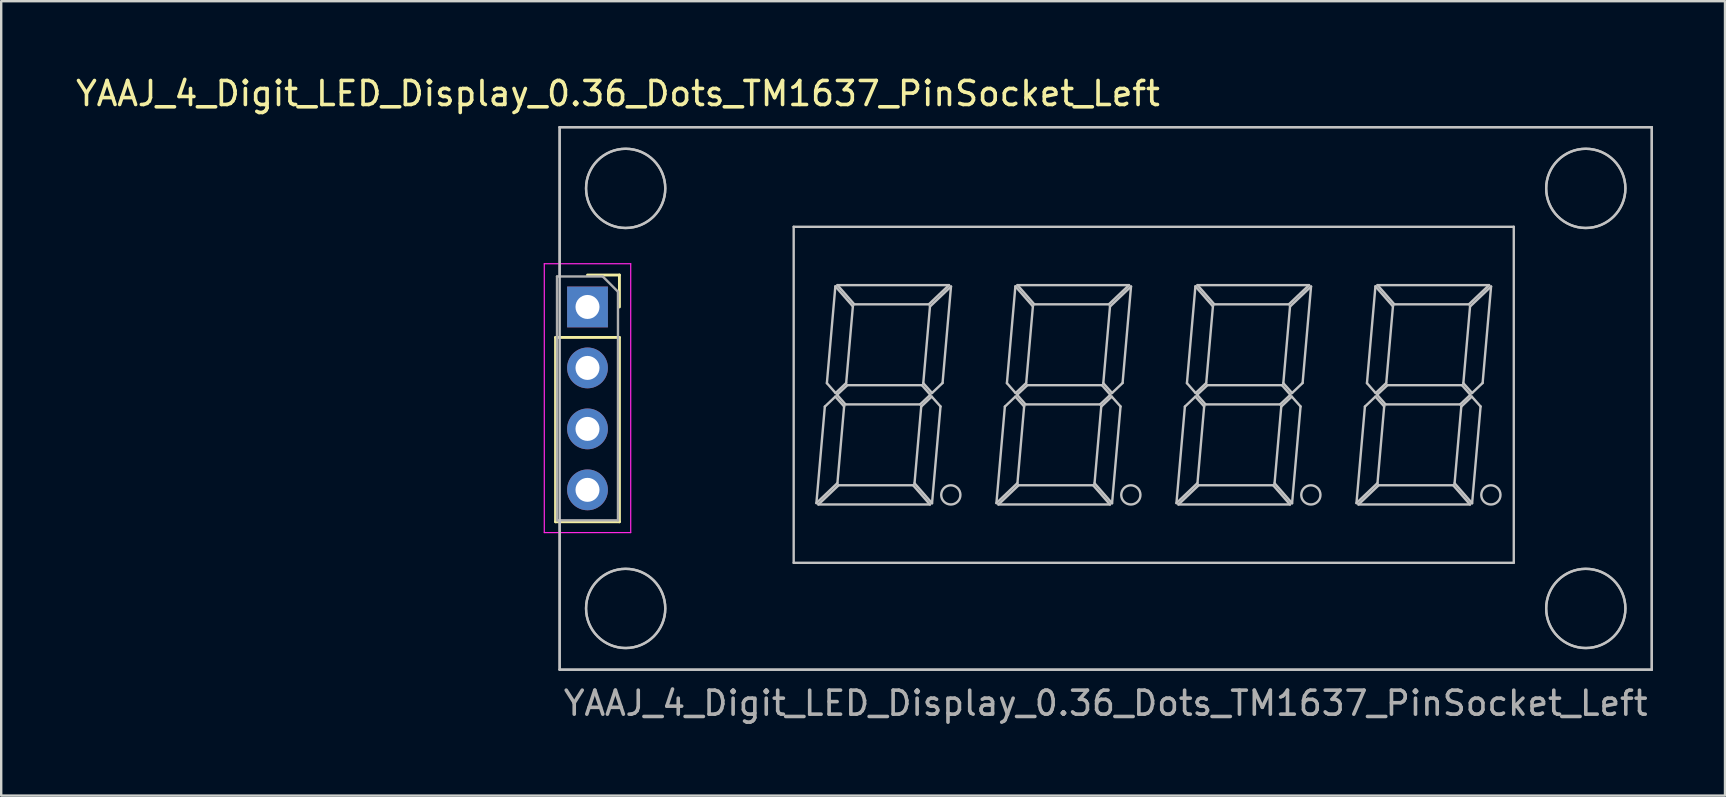
<source format=kicad_pcb>
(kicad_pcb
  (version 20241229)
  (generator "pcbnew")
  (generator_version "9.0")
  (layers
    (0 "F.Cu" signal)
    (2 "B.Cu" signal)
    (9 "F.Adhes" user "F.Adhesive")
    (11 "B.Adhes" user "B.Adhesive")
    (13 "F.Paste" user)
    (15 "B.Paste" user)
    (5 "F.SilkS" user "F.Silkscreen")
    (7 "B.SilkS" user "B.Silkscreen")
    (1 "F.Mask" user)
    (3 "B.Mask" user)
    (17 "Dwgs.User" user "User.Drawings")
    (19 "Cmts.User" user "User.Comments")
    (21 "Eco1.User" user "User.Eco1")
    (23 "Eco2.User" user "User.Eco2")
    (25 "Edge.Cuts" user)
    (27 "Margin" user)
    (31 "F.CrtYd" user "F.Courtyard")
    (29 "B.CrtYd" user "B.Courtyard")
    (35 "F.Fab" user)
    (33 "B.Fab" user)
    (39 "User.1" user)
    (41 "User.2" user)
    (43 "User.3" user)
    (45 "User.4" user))
  (footprint "YAAJ_4_Digit_LED_Display_0.36_Dots_TM1637_PinSocket_Left"
    (layer "F.Cu")
    (at 21.426 9.738)
    (property "Reference" "YAAJ_4_Digit_LED_Display_0.36_Dots_TM1637_PinSocket_Left" (at 1.27 -8.89 180) (layer "F.SilkS") (effects (font (size 1 1) (thickness 0.15))))
    (attr through_hole)
    (fp_line (start -1.33 1.27) (end -1.33 8.95) (stroke (width 0.12) (type solid)) (layer "F.SilkS"))
    (fp_line (start -1.33 1.27) (end 1.33 1.27) (stroke (width 0.12) (type solid)) (layer "F.SilkS"))
    (fp_line (start -1.33 8.95) (end 1.33 8.95) (stroke (width 0.12) (type solid)) (layer "F.SilkS"))
    (fp_line (start 0 -1.33) (end 1.33 -1.33) (stroke (width 0.12) (type solid)) (layer "F.SilkS"))
    (fp_line (start 1.33 -1.33) (end 1.33 0) (stroke (width 0.12) (type solid)) (layer "F.SilkS"))
    (fp_line (start 1.33 1.27) (end 1.33 8.95) (stroke (width 0.12) (type solid)) (layer "F.SilkS"))
    (fp_line (start -1.16 -7.49) (end -1.16 15.11) (stroke (width 0.1) (type solid)) (layer "Dwgs.User"))
    (fp_line (start -1.16 15.11) (end 44.34 15.11) (stroke (width 0.1) (type solid)) (layer "Dwgs.User"))
    (fp_line (start 8.59 -3.34) (end 8.59 10.66) (stroke (width 0.1) (type solid)) (layer "Dwgs.User"))
    (fp_line (start 8.59 10.66) (end 38.59 10.66) (stroke (width 0.1) (type solid)) (layer "Dwgs.User"))
    (fp_line (start 9.536 8.172) (end 10.412 7.338) (stroke (width 0.1) (type solid)) (layer "Dwgs.User"))
    (fp_line (start 9.62 8.23) (end 14.267 8.23) (stroke (width 0.1) (type solid)) (layer "Dwgs.User"))
    (fp_line (start 9.888 4.152) (end 9.536 8.172) (stroke (width 0.1) (type solid)) (layer "Dwgs.User"))
    (fp_line (start 9.973 3.174) (end 10.336 3.588) (stroke (width 0.1) (type solid)) (layer "Dwgs.User"))
    (fp_line (start 10.326 3.735) (end 9.888 4.152) (stroke (width 0.1) (type solid)) (layer "Dwgs.User"))
    (fp_line (start 10.326 -0.858) (end 9.973 3.174) (stroke (width 0.1) (type solid)) (layer "Dwgs.User"))
    (fp_line (start 10.336 3.588) (end 10.777 3.168) (stroke (width 0.1) (type solid)) (layer "Dwgs.User"))
    (fp_line (start 10.399 3.66) (end 10.749 4.06) (stroke (width 0.1) (type solid)) (layer "Dwgs.User"))
    (fp_line (start 10.412 7.338) (end 10.691 4.146) (stroke (width 0.1) (type solid)) (layer "Dwgs.User"))
    (fp_line (start 10.413 -0.91) (end 11.114 -0.11) (stroke (width 0.1) (type solid)) (layer "Dwgs.User"))
    (fp_line (start 10.46 7.43) (end 9.62 8.23) (stroke (width 0.1) (type solid)) (layer "Dwgs.User"))
    (fp_line (start 10.691 4.146) (end 10.326 3.735) (stroke (width 0.1) (type solid)) (layer "Dwgs.User"))
    (fp_line (start 10.749 4.06) (end 13.855 4.06) (stroke (width 0.1) (type solid)) (layer "Dwgs.User"))
    (fp_line (start 10.777 3.168) (end 11.056 -0.024) (stroke (width 0.1) (type solid)) (layer "Dwgs.User"))
    (fp_line (start 10.825 3.26) (end 10.399 3.66) (stroke (width 0.1) (type solid)) (layer "Dwgs.User"))
    (fp_line (start 11.056 -0.024) (end 10.326 -0.858) (stroke (width 0.1) (type solid)) (layer "Dwgs.User"))
    (fp_line (start 11.114 -0.11) (end 14.22 -0.11) (stroke (width 0.1) (type solid)) (layer "Dwgs.User"))
    (fp_line (start 13.566 7.43) (end 10.46 7.43) (stroke (width 0.1) (type solid)) (layer "Dwgs.User"))
    (fp_line (start 13.624 7.344) (end 14.354 8.178) (stroke (width 0.1) (type solid)) (layer "Dwgs.User"))
    (fp_line (start 13.855 4.06) (end 14.281 3.66) (stroke (width 0.1) (type solid)) (layer "Dwgs.User"))
    (fp_line (start 13.903 4.152) (end 13.624 7.344) (stroke (width 0.1) (type solid)) (layer "Dwgs.User"))
    (fp_line (start 13.931 3.26) (end 10.825 3.26) (stroke (width 0.1) (type solid)) (layer "Dwgs.User"))
    (fp_line (start 13.989 3.174) (end 14.354 3.585) (stroke (width 0.1) (type solid)) (layer "Dwgs.User"))
    (fp_line (start 14.22 -0.11) (end 15.06 -0.91) (stroke (width 0.1) (type solid)) (layer "Dwgs.User"))
    (fp_line (start 14.267 8.23) (end 13.566 7.43) (stroke (width 0.1) (type solid)) (layer "Dwgs.User"))
    (fp_line (start 14.268 -0.018) (end 13.989 3.174) (stroke (width 0.1) (type solid)) (layer "Dwgs.User"))
    (fp_line (start 14.281 3.66) (end 13.931 3.26) (stroke (width 0.1) (type solid)) (layer "Dwgs.User"))
    (fp_line (start 14.341 3.735) (end 13.903 4.152) (stroke (width 0.1) (type solid)) (layer "Dwgs.User"))
    (fp_line (start 14.354 8.178) (end 14.707 4.146) (stroke (width 0.1) (type solid)) (layer "Dwgs.User"))
    (fp_line (start 14.354 3.585) (end 14.792 3.168) (stroke (width 0.1) (type solid)) (layer "Dwgs.User"))
    (fp_line (start 14.707 4.146) (end 14.341 3.735) (stroke (width 0.1) (type solid)) (layer "Dwgs.User"))
    (fp_line (start 14.792 3.168) (end 15.144 -0.852) (stroke (width 0.1) (type solid)) (layer "Dwgs.User"))
    (fp_line (start 15.06 -0.91) (end 10.413 -0.91) (stroke (width 0.1) (type solid)) (layer "Dwgs.User"))
    (fp_line (start 15.144 -0.852) (end 14.268 -0.018) (stroke (width 0.1) (type solid)) (layer "Dwgs.User"))
    (fp_line (start 17.036 8.172) (end 17.912 7.338) (stroke (width 0.1) (type solid)) (layer "Dwgs.User"))
    (fp_line (start 17.12 8.23) (end 21.767 8.23) (stroke (width 0.1) (type solid)) (layer "Dwgs.User"))
    (fp_line (start 17.388 4.152) (end 17.036 8.172) (stroke (width 0.1) (type solid)) (layer "Dwgs.User"))
    (fp_line (start 17.473 3.174) (end 17.836 3.588) (stroke (width 0.1) (type solid)) (layer "Dwgs.User"))
    (fp_line (start 17.826 3.735) (end 17.388 4.152) (stroke (width 0.1) (type solid)) (layer "Dwgs.User"))
    (fp_line (start 17.826 -0.858) (end 17.473 3.174) (stroke (width 0.1) (type solid)) (layer "Dwgs.User"))
    (fp_line (start 17.836 3.588) (end 18.277 3.168) (stroke (width 0.1) (type solid)) (layer "Dwgs.User"))
    (fp_line (start 17.899 3.66) (end 18.249 4.06) (stroke (width 0.1) (type solid)) (layer "Dwgs.User"))
    (fp_line (start 17.912 7.338) (end 18.191 4.146) (stroke (width 0.1) (type solid)) (layer "Dwgs.User"))
    (fp_line (start 17.913 -0.91) (end 18.614 -0.11) (stroke (width 0.1) (type solid)) (layer "Dwgs.User"))
    (fp_line (start 17.96 7.43) (end 17.12 8.23) (stroke (width 0.1) (type solid)) (layer "Dwgs.User"))
    (fp_line (start 18.191 4.146) (end 17.826 3.735) (stroke (width 0.1) (type solid)) (layer "Dwgs.User"))
    (fp_line (start 18.249 4.06) (end 21.355 4.06) (stroke (width 0.1) (type solid)) (layer "Dwgs.User"))
    (fp_line (start 18.277 3.168) (end 18.556 -0.024) (stroke (width 0.1) (type solid)) (layer "Dwgs.User"))
    (fp_line (start 18.325 3.26) (end 17.899 3.66) (stroke (width 0.1) (type solid)) (layer "Dwgs.User"))
    (fp_line (start 18.556 -0.024) (end 17.826 -0.858) (stroke (width 0.1) (type solid)) (layer "Dwgs.User"))
    (fp_line (start 18.614 -0.11) (end 21.72 -0.11) (stroke (width 0.1) (type solid)) (layer "Dwgs.User"))
    (fp_line (start 21.066 7.43) (end 17.96 7.43) (stroke (width 0.1) (type solid)) (layer "Dwgs.User"))
    (fp_line (start 21.124 7.344) (end 21.854 8.178) (stroke (width 0.1) (type solid)) (layer "Dwgs.User"))
    (fp_line (start 21.355 4.06) (end 21.781 3.66) (stroke (width 0.1) (type solid)) (layer "Dwgs.User"))
    (fp_line (start 21.403 4.152) (end 21.124 7.344) (stroke (width 0.1) (type solid)) (layer "Dwgs.User"))
    (fp_line (start 21.431 3.26) (end 18.325 3.26) (stroke (width 0.1) (type solid)) (layer "Dwgs.User"))
    (fp_line (start 21.489 3.174) (end 21.854 3.585) (stroke (width 0.1) (type solid)) (layer "Dwgs.User"))
    (fp_line (start 21.72 -0.11) (end 22.56 -0.91) (stroke (width 0.1) (type solid)) (layer "Dwgs.User"))
    (fp_line (start 21.767 8.23) (end 21.066 7.43) (stroke (width 0.1) (type solid)) (layer "Dwgs.User"))
    (fp_line (start 21.768 -0.018) (end 21.489 3.174) (stroke (width 0.1) (type solid)) (layer "Dwgs.User"))
    (fp_line (start 21.781 3.66) (end 21.431 3.26) (stroke (width 0.1) (type solid)) (layer "Dwgs.User"))
    (fp_line (start 21.841 3.735) (end 21.403 4.152) (stroke (width 0.1) (type solid)) (layer "Dwgs.User"))
    (fp_line (start 21.854 8.178) (end 22.207 4.146) (stroke (width 0.1) (type solid)) (layer "Dwgs.User"))
    (fp_line (start 21.854 3.585) (end 22.292 3.168) (stroke (width 0.1) (type solid)) (layer "Dwgs.User"))
    (fp_line (start 22.207 4.146) (end 21.841 3.735) (stroke (width 0.1) (type solid)) (layer "Dwgs.User"))
    (fp_line (start 22.292 3.168) (end 22.644 -0.852) (stroke (width 0.1) (type solid)) (layer "Dwgs.User"))
    (fp_line (start 22.56 -0.91) (end 17.913 -0.91) (stroke (width 0.1) (type solid)) (layer "Dwgs.User"))
    (fp_line (start 22.644 -0.852) (end 21.768 -0.018) (stroke (width 0.1) (type solid)) (layer "Dwgs.User"))
    (fp_line (start 24.536 8.172) (end 25.412 7.338) (stroke (width 0.1) (type solid)) (layer "Dwgs.User"))
    (fp_line (start 24.62 8.23) (end 29.267 8.23) (stroke (width 0.1) (type solid)) (layer "Dwgs.User"))
    (fp_line (start 24.888 4.152) (end 24.536 8.172) (stroke (width 0.1) (type solid)) (layer "Dwgs.User"))
    (fp_line (start 24.973 3.174) (end 25.336 3.588) (stroke (width 0.1) (type solid)) (layer "Dwgs.User"))
    (fp_line (start 25.326 3.735) (end 24.888 4.152) (stroke (width 0.1) (type solid)) (layer "Dwgs.User"))
    (fp_line (start 25.326 -0.858) (end 24.973 3.174) (stroke (width 0.1) (type solid)) (layer "Dwgs.User"))
    (fp_line (start 25.336 3.588) (end 25.777 3.168) (stroke (width 0.1) (type solid)) (layer "Dwgs.User"))
    (fp_line (start 25.399 3.66) (end 25.749 4.06) (stroke (width 0.1) (type solid)) (layer "Dwgs.User"))
    (fp_line (start 25.412 7.338) (end 25.691 4.146) (stroke (width 0.1) (type solid)) (layer "Dwgs.User"))
    (fp_line (start 25.413 -0.91) (end 26.114 -0.11) (stroke (width 0.1) (type solid)) (layer "Dwgs.User"))
    (fp_line (start 25.46 7.43) (end 24.62 8.23) (stroke (width 0.1) (type solid)) (layer "Dwgs.User"))
    (fp_line (start 25.691 4.146) (end 25.326 3.735) (stroke (width 0.1) (type solid)) (layer "Dwgs.User"))
    (fp_line (start 25.749 4.06) (end 28.855 4.06) (stroke (width 0.1) (type solid)) (layer "Dwgs.User"))
    (fp_line (start 25.777 3.168) (end 26.056 -0.024) (stroke (width 0.1) (type solid)) (layer "Dwgs.User"))
    (fp_line (start 25.825 3.26) (end 25.399 3.66) (stroke (width 0.1) (type solid)) (layer "Dwgs.User"))
    (fp_line (start 26.056 -0.024) (end 25.326 -0.858) (stroke (width 0.1) (type solid)) (layer "Dwgs.User"))
    (fp_line (start 26.114 -0.11) (end 29.22 -0.11) (stroke (width 0.1) (type solid)) (layer "Dwgs.User"))
    (fp_line (start 28.566 7.43) (end 25.46 7.43) (stroke (width 0.1) (type solid)) (layer "Dwgs.User"))
    (fp_line (start 28.624 7.344) (end 29.354 8.178) (stroke (width 0.1) (type solid)) (layer "Dwgs.User"))
    (fp_line (start 28.855 4.06) (end 29.281 3.66) (stroke (width 0.1) (type solid)) (layer "Dwgs.User"))
    (fp_line (start 28.903 4.152) (end 28.624 7.344) (stroke (width 0.1) (type solid)) (layer "Dwgs.User"))
    (fp_line (start 28.931 3.26) (end 25.825 3.26) (stroke (width 0.1) (type solid)) (layer "Dwgs.User"))
    (fp_line (start 28.989 3.174) (end 29.354 3.585) (stroke (width 0.1) (type solid)) (layer "Dwgs.User"))
    (fp_line (start 29.22 -0.11) (end 30.06 -0.91) (stroke (width 0.1) (type solid)) (layer "Dwgs.User"))
    (fp_line (start 29.267 8.23) (end 28.566 7.43) (stroke (width 0.1) (type solid)) (layer "Dwgs.User"))
    (fp_line (start 29.268 -0.018) (end 28.989 3.174) (stroke (width 0.1) (type solid)) (layer "Dwgs.User"))
    (fp_line (start 29.281 3.66) (end 28.931 3.26) (stroke (width 0.1) (type solid)) (layer "Dwgs.User"))
    (fp_line (start 29.341 3.735) (end 28.903 4.152) (stroke (width 0.1) (type solid)) (layer "Dwgs.User"))
    (fp_line (start 29.354 8.178) (end 29.707 4.146) (stroke (width 0.1) (type solid)) (layer "Dwgs.User"))
    (fp_line (start 29.354 3.585) (end 29.792 3.168) (stroke (width 0.1) (type solid)) (layer "Dwgs.User"))
    (fp_line (start 29.707 4.146) (end 29.341 3.735) (stroke (width 0.1) (type solid)) (layer "Dwgs.User"))
    (fp_line (start 29.792 3.168) (end 30.144 -0.852) (stroke (width 0.1) (type solid)) (layer "Dwgs.User"))
    (fp_line (start 30.06 -0.91) (end 25.413 -0.91) (stroke (width 0.1) (type solid)) (layer "Dwgs.User"))
    (fp_line (start 30.144 -0.852) (end 29.268 -0.018) (stroke (width 0.1) (type solid)) (layer "Dwgs.User"))
    (fp_line (start 32.036 8.172) (end 32.912 7.338) (stroke (width 0.1) (type solid)) (layer "Dwgs.User"))
    (fp_line (start 32.12 8.23) (end 36.767 8.23) (stroke (width 0.1) (type solid)) (layer "Dwgs.User"))
    (fp_line (start 32.388 4.152) (end 32.036 8.172) (stroke (width 0.1) (type solid)) (layer "Dwgs.User"))
    (fp_line (start 32.473 3.174) (end 32.836 3.588) (stroke (width 0.1) (type solid)) (layer "Dwgs.User"))
    (fp_line (start 32.826 3.735) (end 32.388 4.152) (stroke (width 0.1) (type solid)) (layer "Dwgs.User"))
    (fp_line (start 32.826 -0.858) (end 32.473 3.174) (stroke (width 0.1) (type solid)) (layer "Dwgs.User"))
    (fp_line (start 32.836 3.588) (end 33.277 3.168) (stroke (width 0.1) (type solid)) (layer "Dwgs.User"))
    (fp_line (start 32.899 3.66) (end 33.249 4.06) (stroke (width 0.1) (type solid)) (layer "Dwgs.User"))
    (fp_line (start 32.912 7.338) (end 33.191 4.146) (stroke (width 0.1) (type solid)) (layer "Dwgs.User"))
    (fp_line (start 32.913 -0.91) (end 33.614 -0.11) (stroke (width 0.1) (type solid)) (layer "Dwgs.User"))
    (fp_line (start 32.96 7.43) (end 32.12 8.23) (stroke (width 0.1) (type solid)) (layer "Dwgs.User"))
    (fp_line (start 33.191 4.146) (end 32.826 3.735) (stroke (width 0.1) (type solid)) (layer "Dwgs.User"))
    (fp_line (start 33.249 4.06) (end 36.355 4.06) (stroke (width 0.1) (type solid)) (layer "Dwgs.User"))
    (fp_line (start 33.277 3.168) (end 33.556 -0.024) (stroke (width 0.1) (type solid)) (layer "Dwgs.User"))
    (fp_line (start 33.325 3.26) (end 32.899 3.66) (stroke (width 0.1) (type solid)) (layer "Dwgs.User"))
    (fp_line (start 33.556 -0.024) (end 32.826 -0.858) (stroke (width 0.1) (type solid)) (layer "Dwgs.User"))
    (fp_line (start 33.614 -0.11) (end 36.72 -0.11) (stroke (width 0.1) (type solid)) (layer "Dwgs.User"))
    (fp_line (start 36.066 7.43) (end 32.96 7.43) (stroke (width 0.1) (type solid)) (layer "Dwgs.User"))
    (fp_line (start 36.124 7.344) (end 36.854 8.178) (stroke (width 0.1) (type solid)) (layer "Dwgs.User"))
    (fp_line (start 36.355 4.06) (end 36.781 3.66) (stroke (width 0.1) (type solid)) (layer "Dwgs.User"))
    (fp_line (start 36.403 4.152) (end 36.124 7.344) (stroke (width 0.1) (type solid)) (layer "Dwgs.User"))
    (fp_line (start 36.431 3.26) (end 33.325 3.26) (stroke (width 0.1) (type solid)) (layer "Dwgs.User"))
    (fp_line (start 36.489 3.174) (end 36.854 3.585) (stroke (width 0.1) (type solid)) (layer "Dwgs.User"))
    (fp_line (start 36.72 -0.11) (end 37.56 -0.91) (stroke (width 0.1) (type solid)) (layer "Dwgs.User"))
    (fp_line (start 36.767 8.23) (end 36.066 7.43) (stroke (width 0.1) (type solid)) (layer "Dwgs.User"))
    (fp_line (start 36.768 -0.018) (end 36.489 3.174) (stroke (width 0.1) (type solid)) (layer "Dwgs.User"))
    (fp_line (start 36.781 3.66) (end 36.431 3.26) (stroke (width 0.1) (type solid)) (layer "Dwgs.User"))
    (fp_line (start 36.841 3.735) (end 36.403 4.152) (stroke (width 0.1) (type solid)) (layer "Dwgs.User"))
    (fp_line (start 36.854 8.178) (end 37.207 4.146) (stroke (width 0.1) (type solid)) (layer "Dwgs.User"))
    (fp_line (start 36.854 3.585) (end 37.292 3.168) (stroke (width 0.1) (type solid)) (layer "Dwgs.User"))
    (fp_line (start 37.207 4.146) (end 36.841 3.735) (stroke (width 0.1) (type solid)) (layer "Dwgs.User"))
    (fp_line (start 37.292 3.168) (end 37.644 -0.852) (stroke (width 0.1) (type solid)) (layer "Dwgs.User"))
    (fp_line (start 37.56 -0.91) (end 32.913 -0.91) (stroke (width 0.1) (type solid)) (layer "Dwgs.User"))
    (fp_line (start 37.644 -0.852) (end 36.768 -0.018) (stroke (width 0.1) (type solid)) (layer "Dwgs.User"))
    (fp_line (start 38.59 -3.34) (end 8.59 -3.34) (stroke (width 0.1) (type solid)) (layer "Dwgs.User"))
    (fp_line (start 38.59 10.66) (end 38.59 -3.34) (stroke (width 0.1) (type solid)) (layer "Dwgs.User"))
    (fp_line (start 44.34 -7.49) (end -1.16 -7.49) (stroke (width 0.1) (type solid)) (layer "Dwgs.User"))
    (fp_line (start 44.34 15.11) (end 44.34 -7.49) (stroke (width 0.1) (type solid)) (layer "Dwgs.User"))
    (fp_circle (center 1.59 -4.94) (end 3.24 -4.94) (stroke (width 0.1) (type solid)) (fill no) (layer "Dwgs.User"))
    (fp_circle (center 1.59 12.56) (end 3.24 12.56) (stroke (width 0.1) (type solid)) (fill no) (layer "Dwgs.User"))
    (fp_circle (center 15.136 7.83) (end 15.536 7.83) (stroke (width 0.1) (type solid)) (fill no) (layer "Dwgs.User"))
    (fp_circle (center 22.636 7.83) (end 23.036 7.83) (stroke (width 0.1) (type solid)) (fill no) (layer "Dwgs.User"))
    (fp_circle (center 30.136 7.83) (end 30.536 7.83) (stroke (width 0.1) (type solid)) (fill no) (layer "Dwgs.User"))
    (fp_circle (center 37.636 7.83) (end 38.036 7.83) (stroke (width 0.1) (type solid)) (fill no) (layer "Dwgs.User"))
    (fp_circle (center 41.59 -4.94) (end 43.24 -4.94) (stroke (width 0.1) (type solid)) (fill no) (layer "Dwgs.User"))
    (fp_circle (center 41.59 12.56) (end 43.24 12.56) (stroke (width 0.1) (type solid)) (fill no) (layer "Dwgs.User"))
    (fp_line (start -1.8 -1.8) (end -1.8 9.4) (stroke (width 0.05) (type solid)) (layer "F.CrtYd"))
    (fp_line (start -1.8 9.4) (end 1.8 9.4) (stroke (width 0.05) (type solid)) (layer "F.CrtYd"))
    (fp_line (start 1.8 -1.8) (end -1.8 -1.8) (stroke (width 0.05) (type solid)) (layer "F.CrtYd"))
    (fp_line (start 1.8 9.4) (end 1.8 -1.8) (stroke (width 0.05) (type solid)) (layer "F.CrtYd"))
    (fp_line (start -1.27 -1.27) (end 0.635 -1.27) (stroke (width 0.1) (type solid)) (layer "F.Fab"))
    (fp_line (start -1.27 8.89) (end -1.27 -1.27) (stroke (width 0.1) (type solid)) (layer "F.Fab"))
    (fp_line (start -1.16 -7.49) (end 44.34 -7.49) (stroke (width 0.1) (type solid)) (layer "F.Fab"))
    (fp_line (start -1.16 -1.27) (end -1.16 -7.49) (stroke (width 0.1) (type solid)) (layer "F.Fab"))
    (fp_line (start -1.16 15.11) (end -1.16 8.89) (stroke (width 0.1) (type solid)) (layer "F.Fab"))
    (fp_line (start 0.635 -1.27) (end 1.27 -0.635) (stroke (width 0.1) (type solid)) (layer "F.Fab"))
    (fp_line (start 1.27 -0.635) (end 1.27 8.89) (stroke (width 0.1) (type solid)) (layer "F.Fab"))
    (fp_line (start 1.27 8.89) (end -1.27 8.89) (stroke (width 0.1) (type solid)) (layer "F.Fab"))
    (fp_line (start 44.34 -7.49) (end 44.34 15.11) (stroke (width 0.1) (type solid)) (layer "F.Fab"))
    (fp_line (start 44.34 15.11) (end -1.16 15.11) (stroke (width 0.1) (type solid)) (layer "F.Fab"))
    (fp_circle (center 1.59 -4.94) (end 3.24 -4.94) (stroke (width 0.1) (type solid)) (fill no) (layer "F.Fab"))
    (fp_circle (center 1.59 12.56) (end 3.24 12.56) (stroke (width 0.1) (type solid)) (fill no) (layer "F.Fab"))
    (fp_circle (center 41.59 -4.94) (end 43.24 -4.94) (stroke (width 0.1) (type solid)) (fill no) (layer "F.Fab"))
    (fp_circle (center 41.59 12.56) (end 43.24 12.56) (stroke (width 0.1) (type solid)) (fill no) (layer "F.Fab"))
    (fp_text user "YAAJ_4_Digit_LED_Display_0.36_Dots_TM1637_PinSocket_Left" (at 21.59 16.51 0) (layer "F.Fab") (effects (font (size 1 1) (thickness 0.15))))
    (pad "1" thru_hole rect (at 0 0) (size 1.7 1.7) (drill 1) (layers "*.Cu" "*.Mask"))
    (pad "2" thru_hole oval (at 0 2.54) (size 1.7 1.7) (drill 1) (layers "*.Cu" "*.Mask"))
    (pad "3" thru_hole oval (at 0 5.08) (size 1.7 1.7) (drill 1) (layers "*.Cu" "*.Mask"))
    (pad "4" thru_hole oval (at 0 7.62) (size 1.7 1.7) (drill 1) (layers "*.Cu" "*.Mask")))
  (gr_rect
    (start -3 -3)
    (end 68.816 30.096)
    (stroke (width 0.1) (type default))
    (fill no)
    (layer "Edge.Cuts")))
</source>
